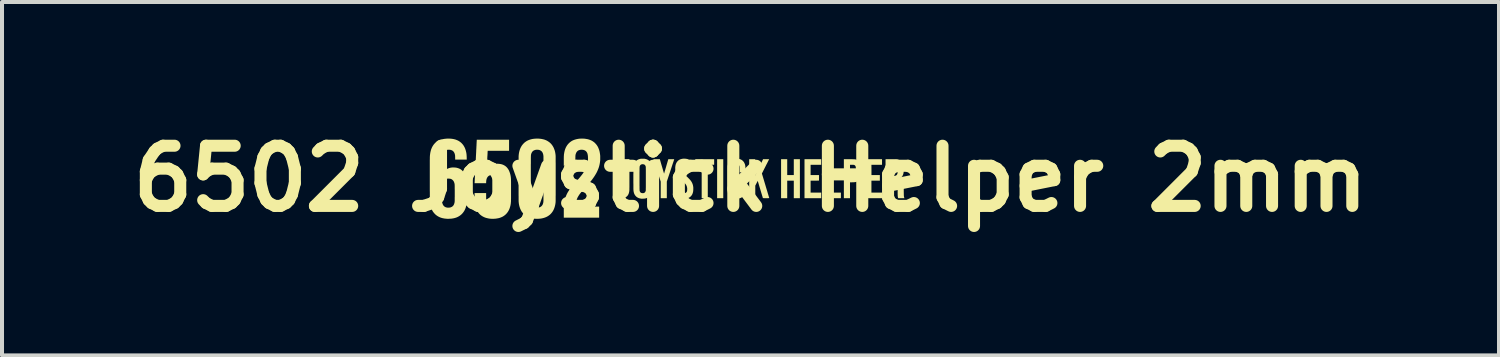
<source format=kicad_pcb>
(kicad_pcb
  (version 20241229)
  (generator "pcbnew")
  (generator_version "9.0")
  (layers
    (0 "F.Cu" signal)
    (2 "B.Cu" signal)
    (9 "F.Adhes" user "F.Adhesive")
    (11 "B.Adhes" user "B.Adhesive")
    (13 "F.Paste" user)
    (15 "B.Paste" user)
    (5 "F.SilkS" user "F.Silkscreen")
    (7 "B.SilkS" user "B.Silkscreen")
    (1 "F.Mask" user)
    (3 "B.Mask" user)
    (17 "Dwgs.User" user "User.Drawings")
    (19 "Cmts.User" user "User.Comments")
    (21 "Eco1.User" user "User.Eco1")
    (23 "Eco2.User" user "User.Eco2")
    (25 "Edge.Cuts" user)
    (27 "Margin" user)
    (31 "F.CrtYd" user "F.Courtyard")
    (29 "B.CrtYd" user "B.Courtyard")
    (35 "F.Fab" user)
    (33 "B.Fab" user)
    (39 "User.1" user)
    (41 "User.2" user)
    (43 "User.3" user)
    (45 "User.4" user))
  (footprint "6502 Joystick Helper 2mm"
    (layer "F.Cu")
    (at 15.657 1.404)
    (property "Reference" "6502 Joystick Helper 2mm" (at 0 0 0) (layer "F.SilkS") (effects (font (size 1.5 1.5) (thickness 0.3))))
    (attr board_only exclude_from_pos_files exclude_from_bom)
    (fp_poly (pts (xy -0.679 -0.000001) (xy -0.679 0.486) (xy -0.756 0.486) (xy -0.832 0.486) (xy -0.832 -0.000001) (xy -0.832 -0.486) (xy -0.756 -0.486) (xy -0.679 -0.486)) (stroke (width 0) (type solid)) (fill yes) (layer "F.SilkS"))
    (fp_poly (pts (xy 2.003 -0.069) (xy 2.003 0.347) (xy 2.128 0.347) (xy 2.253 0.347) (xy 2.253 0.416) (xy 2.253 0.486) (xy 2.052 0.486) (xy 1.85 0.486) (xy 1.85 -0.000001) (xy 1.85 -0.486) (xy 1.926 -0.486) (xy 2.003 -0.486)) (stroke (width 0) (type solid)) (fill yes) (layer "F.SilkS"))
    (fp_poly (pts (xy -0.906 -0.416) (xy -0.906 -0.347) (xy -0.986 -0.347) (xy -1.065 -0.347) (xy -1.065 0.069) (xy -1.065 0.486) (xy -1.141 0.486) (xy -1.217 0.486) (xy -1.217 0.069) (xy -1.217 -0.347) (xy -1.297 -0.347) (xy -1.377 -0.347) (xy -1.377 -0.416) (xy -1.377 -0.486) (xy -1.141 -0.486) (xy -0.906 -0.486)) (stroke (width 0) (type solid)) (fill yes) (layer "F.SilkS"))
    (fp_poly (pts (xy 0.915 -0.288) (xy 0.915 -0.091) (xy 0.997 -0.09) (xy 1.079 -0.09) (xy 1.079 -0.288) (xy 1.079 -0.486) (xy 1.155 -0.486) (xy 1.231 -0.486) (xy 1.231 -0.000001) (xy 1.231 0.486) (xy 1.155 0.486) (xy 1.079 0.486) (xy 1.079 0.267) (xy 1.079 0.049) (xy 0.997 0.049) (xy 0.915 0.049) (xy 0.915 0.267) (xy 0.915 0.486) (xy 0.838 0.486) (xy 0.762 0.486) (xy 0.762 -0.000001) (xy 0.762 -0.486) (xy 0.838 -0.486) (xy 0.915 -0.486)) (stroke (width 0) (type solid)) (fill yes) (layer "F.SilkS"))
    (fp_poly (pts (xy 1.762 -0.416) (xy 1.762 -0.347) (xy 1.63 -0.347) (xy 1.498 -0.347) (xy 1.498 -0.218) (xy 1.498 -0.09) (xy 1.603 -0.09) (xy 1.708 -0.09) (xy 1.708 -0.021) (xy 1.707 0.048) (xy 1.603 0.049) (xy 1.498 0.049) (xy 1.498 0.198) (xy 1.498 0.347) (xy 1.63 0.347) (xy 1.762 0.347) (xy 1.762 0.416) (xy 1.762 0.486) (xy 1.554 0.486) (xy 1.346 0.486) (xy 1.346 -0.000001) (xy 1.346 -0.486) (xy 1.554 -0.486) (xy 1.762 -0.486)) (stroke (width 0) (type solid)) (fill yes) (layer "F.SilkS"))
    (fp_poly (pts (xy 3.278 -0.416) (xy 3.278 -0.347) (xy 3.146 -0.347) (xy 3.014 -0.347) (xy 3.015 -0.219) (xy 3.015 -0.091) (xy 3.12 -0.09) (xy 3.224 -0.09) (xy 3.224 -0.02) (xy 3.224 0.049) (xy 3.119 0.049) (xy 3.014 0.049) (xy 3.014 0.198) (xy 3.014 0.347) (xy 3.146 0.347) (xy 3.278 0.347) (xy 3.278 0.416) (xy 3.278 0.486) (xy 3.07 0.486) (xy 2.862 0.486) (xy 2.862 -0.000001) (xy 2.862 -0.486) (xy 3.07 -0.486) (xy 3.278 -0.486)) (stroke (width 0) (type solid)) (fill yes) (layer "F.SilkS"))
    (fp_poly (pts (xy -1.957 -0.486) (xy -1.942 -0.486) (xy -1.93 -0.485) (xy -1.92 -0.485) (xy -1.913 -0.485) (xy -1.908 -0.485) (xy -1.905 -0.485) (xy -1.903 -0.484) (xy -1.902 -0.484) (xy -1.902 -0.483) (xy -1.902 -0.481) (xy -1.904 -0.476) (xy -1.906 -0.469) (xy -1.91 -0.458) (xy -1.914 -0.445) (xy -1.919 -0.43) (xy -1.925 -0.412) (xy -1.932 -0.392) (xy -1.939 -0.371) (xy -1.947 -0.348) (xy -1.955 -0.323) (xy -1.964 -0.296) (xy -1.973 -0.269) (xy -1.982 -0.24) (xy -1.992 -0.211) (xy -1.994 -0.204) (xy -2.086 0.072) (xy -2.086 0.279) (xy -2.086 0.486) (xy -2.162 0.486) (xy -2.238 0.486) (xy -2.238 0.279) (xy -2.238 0.072) (xy -2.33 -0.207) (xy -2.422 -0.485) (xy -2.341 -0.485) (xy -2.325 -0.485) (xy -2.31 -0.485) (xy -2.296 -0.485) (xy -2.284 -0.485) (xy -2.274 -0.485) (xy -2.267 -0.485) (xy -2.262 -0.485) (xy -2.26 -0.485) (xy -2.26 -0.483) (xy -2.258 -0.479) (xy -2.256 -0.471) (xy -2.253 -0.461) (xy -2.249 -0.448) (xy -2.245 -0.434) (xy -2.24 -0.417) (xy -2.235 -0.398) (xy -2.229 -0.378) (xy -2.223 -0.357) (xy -2.216 -0.334) (xy -2.209 -0.31) (xy -2.208 -0.307) (xy -2.201 -0.283) (xy -2.194 -0.26) (xy -2.188 -0.239) (xy -2.182 -0.218) (xy -2.177 -0.2) (xy -2.172 -0.182) (xy -2.167 -0.167) (xy -2.163 -0.154) (xy -2.16 -0.144) (xy -2.158 -0.136) (xy -2.156 -0.131) (xy -2.156 -0.129) (xy -2.155 -0.129) (xy -2.154 -0.129) (xy -2.153 -0.13) (xy -2.153 -0.132) (xy -2.151 -0.137) (xy -2.149 -0.145) (xy -2.146 -0.155) (xy -2.142 -0.168) (xy -2.138 -0.183) (xy -2.133 -0.199) (xy -2.127 -0.218) (xy -2.121 -0.238) (xy -2.115 -0.26) (xy -2.108 -0.283) (xy -2.101 -0.306) (xy -2.101 -0.309) (xy -2.049 -0.486) (xy -1.975 -0.486)) (stroke (width 0) (type solid)) (fill yes) (layer "F.SilkS"))
    (fp_poly (pts (xy -3.018 -0.109) (xy -3.018 -0.062) (xy -3.018 -0.018) (xy -3.018 0.024) (xy -3.018 0.063) (xy -3.018 0.099) (xy -3.018 0.132) (xy -3.018 0.162) (xy -3.018 0.188) (xy -3.018 0.212) (xy -3.019 0.233) (xy -3.019 0.251) (xy -3.019 0.265) (xy -3.019 0.276) (xy -3.019 0.284) (xy -3.02 0.289) (xy -3.02 0.289) (xy -3.023 0.319) (xy -3.029 0.347) (xy -3.036 0.372) (xy -3.046 0.394) (xy -3.058 0.414) (xy -3.072 0.432) (xy -3.088 0.447) (xy -3.107 0.46) (xy -3.127 0.471) (xy -3.145 0.477) (xy -3.156 0.481) (xy -3.166 0.484) (xy -3.175 0.486) (xy -3.186 0.487) (xy -3.197 0.488) (xy -3.209 0.489) (xy -3.224 0.49) (xy -3.236 0.49) (xy -3.249 0.49) (xy -3.261 0.49) (xy -3.272 0.49) (xy -3.281 0.49) (xy -3.288 0.489) (xy -3.291 0.489) (xy -3.298 0.488) (xy -3.303 0.487) (xy -3.307 0.486) (xy -3.311 0.486) (xy -3.311 0.416) (xy -3.311 0.347) (xy -3.299 0.35) (xy -3.291 0.351) (xy -3.281 0.352) (xy -3.27 0.352) (xy -3.258 0.352) (xy -3.247 0.352) (xy -3.238 0.351) (xy -3.23 0.35) (xy -3.229 0.35) (xy -3.213 0.344) (xy -3.2 0.336) (xy -3.19 0.326) (xy -3.181 0.313) (xy -3.175 0.298) (xy -3.174 0.294) (xy -3.174 0.293) (xy -3.173 0.291) (xy -3.173 0.289) (xy -3.173 0.287) (xy -3.173 0.283) (xy -3.172 0.279) (xy -3.172 0.274) (xy -3.172 0.268) (xy -3.172 0.261) (xy -3.172 0.252) (xy -3.172 0.242) (xy -3.171 0.23) (xy -3.171 0.216) (xy -3.171 0.201) (xy -3.171 0.183) (xy -3.171 0.164) (xy -3.171 0.142) (xy -3.171 0.118) (xy -3.171 0.091) (xy -3.171 0.061) (xy -3.171 0.029) (xy -3.171 -0.006) (xy -3.171 -0.044) (xy -3.171 -0.086) (xy -3.171 -0.101) (xy -3.17 -0.486) (xy -3.094 -0.486) (xy -3.018 -0.486)) (stroke (width 0) (type solid)) (fill yes) (layer "F.SilkS"))
    (fp_poly (pts (xy 0.12 -0.282) (xy 0.12 -0.079) (xy 0.217 -0.282) (xy 0.313 -0.486) (xy 0.389 -0.486) (xy 0.404 -0.486) (xy 0.419 -0.486) (xy 0.432 -0.485) (xy 0.443 -0.485) (xy 0.453 -0.485) (xy 0.459 -0.485) (xy 0.463 -0.485) (xy 0.464 -0.485) (xy 0.464 -0.483) (xy 0.462 -0.479) (xy 0.458 -0.472) (xy 0.453 -0.462) (xy 0.447 -0.45) (xy 0.44 -0.437) (xy 0.432 -0.421) (xy 0.423 -0.403) (xy 0.414 -0.384) (xy 0.403 -0.364) (xy 0.392 -0.343) (xy 0.381 -0.32) (xy 0.374 -0.307) (xy 0.284 -0.129) (xy 0.376 0.178) (xy 0.385 0.209) (xy 0.394 0.239) (xy 0.403 0.269) (xy 0.412 0.297) (xy 0.42 0.324) (xy 0.427 0.349) (xy 0.434 0.373) (xy 0.441 0.395) (xy 0.447 0.415) (xy 0.452 0.432) (xy 0.457 0.448) (xy 0.461 0.461) (xy 0.464 0.471) (xy 0.466 0.479) (xy 0.467 0.483) (xy 0.468 0.485) (xy 0.466 0.485) (xy 0.462 0.485) (xy 0.454 0.485) (xy 0.444 0.485) (xy 0.432 0.486) (xy 0.419 0.486) (xy 0.404 0.486) (xy 0.388 0.486) (xy 0.37 0.486) (xy 0.355 0.486) (xy 0.342 0.486) (xy 0.332 0.485) (xy 0.324 0.485) (xy 0.318 0.485) (xy 0.314 0.485) (xy 0.311 0.484) (xy 0.309 0.484) (xy 0.309 0.483) (xy 0.308 0.483) (xy 0.308 0.483) (xy 0.308 0.481) (xy 0.306 0.476) (xy 0.304 0.468) (xy 0.301 0.457) (xy 0.297 0.444) (xy 0.292 0.429) (xy 0.287 0.412) (xy 0.281 0.392) (xy 0.275 0.372) (xy 0.268 0.349) (xy 0.261 0.325) (xy 0.254 0.301) (xy 0.246 0.275) (xy 0.245 0.269) (xy 0.237 0.243) (xy 0.229 0.218) (xy 0.222 0.194) (xy 0.215 0.171) (xy 0.209 0.15) (xy 0.203 0.131) (xy 0.198 0.113) (xy 0.193 0.097) (xy 0.189 0.084) (xy 0.186 0.073) (xy 0.183 0.064) (xy 0.182 0.059) (xy 0.181 0.056) (xy 0.181 0.056) (xy 0.18 0.057) (xy 0.178 0.06) (xy 0.174 0.067) (xy 0.169 0.075) (xy 0.164 0.086) (xy 0.157 0.099) (xy 0.15 0.113) (xy 0.15 0.113) (xy 0.119 0.173) (xy 0.119 0.33) (xy 0.119 0.486) (xy 0.043 0.486) (xy -0.033 0.486) (xy -0.033 -0.000001) (xy -0.033 -0.486) (xy 0.043 -0.486) (xy 0.119 -0.486)) (stroke (width 0) (type solid)) (fill yes) (layer "F.SilkS"))
    (fp_poly (pts (xy 2.461 -0.485) (xy 2.486 -0.485) (xy 2.507 -0.485) (xy 2.526 -0.485) (xy 2.542 -0.485) (xy 2.556 -0.484) (xy 2.568 -0.484) (xy 2.577 -0.484) (xy 2.585 -0.484) (xy 2.592 -0.483) (xy 2.597 -0.483) (xy 2.601 -0.483) (xy 2.605 -0.482) (xy 2.608 -0.482) (xy 2.608 -0.482) (xy 2.635 -0.475) (xy 2.66 -0.467) (xy 2.682 -0.456) (xy 2.701 -0.444) (xy 2.718 -0.429) (xy 2.733 -0.412) (xy 2.739 -0.403) (xy 2.752 -0.381) (xy 2.762 -0.358) (xy 2.769 -0.332) (xy 2.773 -0.315) (xy 2.775 -0.305) (xy 2.776 -0.295) (xy 2.777 -0.285) (xy 2.778 -0.273) (xy 2.778 -0.259) (xy 2.779 -0.243) (xy 2.779 -0.225) (xy 2.779 -0.204) (xy 2.779 -0.196) (xy 2.779 -0.173) (xy 2.779 -0.153) (xy 2.778 -0.135) (xy 2.778 -0.12) (xy 2.777 -0.106) (xy 2.775 -0.094) (xy 2.774 -0.082) (xy 2.771 -0.072) (xy 2.769 -0.061) (xy 2.768 -0.058) (xy 2.759 -0.032) (xy 2.749 -0.008) (xy 2.735 0.013) (xy 2.72 0.031) (xy 2.702 0.047) (xy 2.682 0.06) (xy 2.66 0.071) (xy 2.636 0.079) (xy 2.628 0.081) (xy 2.617 0.084) (xy 2.606 0.086) (xy 2.595 0.087) (xy 2.583 0.088) (xy 2.569 0.089) (xy 2.553 0.089) (xy 2.535 0.09) (xy 2.528 0.09) (xy 2.48 0.09) (xy 2.48 0.288) (xy 2.48 0.486) (xy 2.404 0.486) (xy 2.327 0.486) (xy 2.327 -0.000086) (xy 2.327 -0.198) (xy 2.48 -0.198) (xy 2.48 -0.049) (xy 2.523 -0.049) (xy 2.538 -0.049) (xy 2.549 -0.049) (xy 2.558 -0.05) (xy 2.566 -0.05) (xy 2.571 -0.051) (xy 2.575 -0.051) (xy 2.577 -0.052) (xy 2.586 -0.054) (xy 2.593 -0.058) (xy 2.599 -0.062) (xy 2.605 -0.067) (xy 2.612 -0.075) (xy 2.618 -0.086) (xy 2.622 -0.098) (xy 2.624 -0.111) (xy 2.625 -0.118) (xy 2.626 -0.128) (xy 2.626 -0.14) (xy 2.627 -0.154) (xy 2.627 -0.17) (xy 2.627 -0.186) (xy 2.627 -0.203) (xy 2.627 -0.219) (xy 2.627 -0.235) (xy 2.626 -0.25) (xy 2.626 -0.263) (xy 2.625 -0.274) (xy 2.625 -0.282) (xy 2.624 -0.285) (xy 2.621 -0.301) (xy 2.616 -0.314) (xy 2.609 -0.324) (xy 2.601 -0.333) (xy 2.592 -0.338) (xy 2.587 -0.341) (xy 2.582 -0.343) (xy 2.577 -0.344) (xy 2.571 -0.345) (xy 2.564 -0.346) (xy 2.555 -0.346) (xy 2.544 -0.347) (xy 2.53 -0.347) (xy 2.523 -0.347) (xy 2.48 -0.347) (xy 2.48 -0.198) (xy 2.327 -0.198) (xy 2.327 -0.486)) (stroke (width 0) (type solid)) (fill yes) (layer "F.SilkS"))
    (fp_poly (pts (xy 3.517 -0.486) (xy 3.539 -0.486) (xy 3.558 -0.486) (xy 3.575 -0.485) (xy 3.589 -0.485) (xy 3.601 -0.485) (xy 3.611 -0.485) (xy 3.619 -0.485) (xy 3.626 -0.484) (xy 3.633 -0.484) (xy 3.638 -0.483) (xy 3.64 -0.483) (xy 3.668 -0.479) (xy 3.693 -0.472) (xy 3.716 -0.463) (xy 3.737 -0.453) (xy 3.755 -0.44) (xy 3.771 -0.424) (xy 3.784 -0.407) (xy 3.795 -0.386) (xy 3.804 -0.363) (xy 3.811 -0.338) (xy 3.813 -0.328) (xy 3.814 -0.322) (xy 3.815 -0.317) (xy 3.816 -0.311) (xy 3.816 -0.305) (xy 3.817 -0.297) (xy 3.817 -0.287) (xy 3.817 -0.276) (xy 3.818 -0.262) (xy 3.818 -0.247) (xy 3.818 -0.225) (xy 3.818 -0.207) (xy 3.818 -0.191) (xy 3.817 -0.177) (xy 3.817 -0.165) (xy 3.816 -0.154) (xy 3.814 -0.145) (xy 3.813 -0.136) (xy 3.811 -0.13) (xy 3.805 -0.106) (xy 3.796 -0.084) (xy 3.785 -0.065) (xy 3.772 -0.048) (xy 3.763 -0.039) (xy 3.756 -0.033) (xy 3.748 -0.027) (xy 3.739 -0.021) (xy 3.73 -0.017) (xy 3.725 -0.014) (xy 3.721 -0.012) (xy 3.719 -0.01) (xy 3.719 -0.01) (xy 3.72 -0.008) (xy 3.725 -0.006) (xy 3.73 -0.004) (xy 3.732 -0.003) (xy 3.748 0.005) (xy 3.763 0.015) (xy 3.776 0.027) (xy 3.786 0.041) (xy 3.796 0.058) (xy 3.803 0.077) (xy 3.809 0.095) (xy 3.811 0.102) (xy 3.812 0.108) (xy 3.813 0.113) (xy 3.814 0.119) (xy 3.815 0.126) (xy 3.816 0.133) (xy 3.817 0.141) (xy 3.817 0.15) (xy 3.818 0.161) (xy 3.818 0.173) (xy 3.819 0.187) (xy 3.819 0.204) (xy 3.819 0.223) (xy 3.819 0.244) (xy 3.82 0.269) (xy 3.82 0.288) (xy 3.82 0.314) (xy 3.82 0.338) (xy 3.821 0.358) (xy 3.821 0.376) (xy 3.821 0.391) (xy 3.822 0.405) (xy 3.822 0.416) (xy 3.822 0.426) (xy 3.823 0.434) (xy 3.824 0.441) (xy 3.825 0.447) (xy 3.826 0.452) (xy 3.827 0.457) (xy 3.828 0.462) (xy 3.83 0.467) (xy 3.831 0.472) (xy 3.831 0.472) (xy 3.836 0.486) (xy 3.759 0.486) (xy 3.682 0.486) (xy 3.678 0.474) (xy 3.676 0.468) (xy 3.675 0.462) (xy 3.673 0.456) (xy 3.672 0.449) (xy 3.671 0.441) (xy 3.67 0.433) (xy 3.67 0.423) (xy 3.669 0.411) (xy 3.669 0.398) (xy 3.668 0.383) (xy 3.668 0.366) (xy 3.668 0.346) (xy 3.668 0.324) (xy 3.668 0.298) (xy 3.668 0.282) (xy 3.668 0.262) (xy 3.668 0.243) (xy 3.667 0.225) (xy 3.667 0.208) (xy 3.667 0.193) (xy 3.667 0.179) (xy 3.667 0.169) (xy 3.666 0.16) (xy 3.666 0.155) (xy 3.666 0.154) (xy 3.663 0.135) (xy 3.658 0.118) (xy 3.651 0.104) (xy 3.643 0.093) (xy 3.632 0.084) (xy 3.62 0.077) (xy 3.605 0.073) (xy 3.6 0.072) (xy 3.593 0.071) (xy 3.583 0.07) (xy 3.57 0.07) (xy 3.556 0.069) (xy 3.553 0.069) (xy 3.519 0.069) (xy 3.519 0.278) (xy 3.519 0.486) (xy 3.443 0.486) (xy 3.366 0.486) (xy 3.366 -0.000001) (xy 3.366 -0.208) (xy 3.519 -0.208) (xy 3.519 -0.069) (xy 3.552 -0.069) (xy 3.563 -0.07) (xy 3.574 -0.07) (xy 3.584 -0.07) (xy 3.592 -0.071) (xy 3.597 -0.071) (xy 3.613 -0.075) (xy 3.628 -0.081) (xy 3.64 -0.09) (xy 3.65 -0.102) (xy 3.658 -0.116) (xy 3.662 -0.128) (xy 3.663 -0.133) (xy 3.664 -0.141) (xy 3.664 -0.151) (xy 3.665 -0.163) (xy 3.665 -0.177) (xy 3.666 -0.191) (xy 3.666 -0.207) (xy 3.666 -0.222) (xy 3.666 -0.236) (xy 3.666 -0.25) (xy 3.665 -0.262) (xy 3.665 -0.273) (xy 3.664 -0.28) (xy 3.663 -0.283) (xy 3.659 -0.3) (xy 3.653 -0.315) (xy 3.644 -0.326) (xy 3.634 -0.336) (xy 3.622 -0.342) (xy 3.619 -0.343) (xy 3.616 -0.344) (xy 3.613 -0.345) (xy 3.608 -0.345) (xy 3.603 -0.346) (xy 3.595 -0.346) (xy 3.586 -0.346) (xy 3.573 -0.346) (xy 3.566 -0.347) (xy 3.519 -0.347) (xy 3.519 -0.208) (xy 3.366 -0.208) (xy 3.366 -0.486) (xy 3.492 -0.486)) (stroke (width 0) (type solid)) (fill yes) (layer "F.SilkS"))
    (fp_poly (pts (xy -1.62 -0.498) (xy -1.593 -0.494) (xy -1.568 -0.489) (xy -1.545 -0.48) (xy -1.524 -0.47) (xy -1.521 -0.468) (xy -1.512 -0.461) (xy -1.502 -0.453) (xy -1.492 -0.444) (xy -1.483 -0.434) (xy -1.474 -0.425) (xy -1.468 -0.416) (xy -1.457 -0.397) (xy -1.448 -0.377) (xy -1.441 -0.355) (xy -1.435 -0.331) (xy -1.431 -0.305) (xy -1.428 -0.276) (xy -1.427 -0.245) (xy -1.427 -0.241) (xy -1.427 -0.215) (xy -1.499 -0.215) (xy -1.571 -0.215) (xy -1.572 -0.253) (xy -1.572 -0.269) (xy -1.573 -0.283) (xy -1.574 -0.293) (xy -1.575 -0.302) (xy -1.577 -0.31) (xy -1.579 -0.317) (xy -1.581 -0.322) (xy -1.588 -0.334) (xy -1.597 -0.345) (xy -1.609 -0.352) (xy -1.622 -0.357) (xy -1.638 -0.36) (xy -1.648 -0.361) (xy -1.665 -0.359) (xy -1.68 -0.356) (xy -1.692 -0.35) (xy -1.702 -0.341) (xy -1.711 -0.33) (xy -1.717 -0.316) (xy -1.721 -0.299) (xy -1.723 -0.283) (xy -1.724 -0.262) (xy -1.722 -0.24) (xy -1.719 -0.222) (xy -1.713 -0.205) (xy -1.706 -0.189) (xy -1.697 -0.172) (xy -1.686 -0.155) (xy -1.672 -0.138) (xy -1.656 -0.119) (xy -1.637 -0.1) (xy -1.616 -0.079) (xy -1.607 -0.072) (xy -1.59 -0.056) (xy -1.573 -0.04) (xy -1.557 -0.024) (xy -1.542 -0.009) (xy -1.528 0.005) (xy -1.516 0.018) (xy -1.506 0.029) (xy -1.5 0.036) (xy -1.481 0.061) (xy -1.465 0.087) (xy -1.452 0.113) (xy -1.442 0.139) (xy -1.434 0.167) (xy -1.429 0.196) (xy -1.427 0.21) (xy -1.426 0.222) (xy -1.426 0.236) (xy -1.426 0.252) (xy -1.426 0.268) (xy -1.427 0.284) (xy -1.428 0.299) (xy -1.429 0.313) (xy -1.431 0.321) (xy -1.433 0.332) (xy -1.436 0.345) (xy -1.44 0.358) (xy -1.444 0.37) (xy -1.448 0.381) (xy -1.452 0.389) (xy -1.452 0.39) (xy -1.465 0.412) (xy -1.481 0.432) (xy -1.498 0.449) (xy -1.518 0.464) (xy -1.54 0.477) (xy -1.565 0.486) (xy -1.591 0.494) (xy -1.598 0.495) (xy -1.608 0.496) (xy -1.62 0.497) (xy -1.634 0.498) (xy -1.649 0.499) (xy -1.664 0.499) (xy -1.678 0.498) (xy -1.69 0.498) (xy -1.7 0.497) (xy -1.701 0.497) (xy -1.729 0.491) (xy -1.754 0.483) (xy -1.777 0.472) (xy -1.797 0.459) (xy -1.816 0.444) (xy -1.832 0.425) (xy -1.845 0.405) (xy -1.857 0.382) (xy -1.866 0.356) (xy -1.873 0.328) (xy -1.877 0.299) (xy -1.878 0.293) (xy -1.878 0.284) (xy -1.879 0.273) (xy -1.879 0.261) (xy -1.879 0.248) (xy -1.879 0.242) (xy -1.879 0.2) (xy -1.807 0.2) (xy -1.735 0.2) (xy -1.735 0.247) (xy -1.735 0.263) (xy -1.734 0.276) (xy -1.734 0.286) (xy -1.733 0.294) (xy -1.732 0.301) (xy -1.731 0.307) (xy -1.729 0.313) (xy -1.727 0.318) (xy -1.724 0.324) (xy -1.724 0.324) (xy -1.717 0.336) (xy -1.707 0.346) (xy -1.695 0.353) (xy -1.682 0.358) (xy -1.68 0.359) (xy -1.673 0.36) (xy -1.663 0.36) (xy -1.653 0.36) (xy -1.643 0.36) (xy -1.635 0.359) (xy -1.633 0.359) (xy -1.618 0.353) (xy -1.606 0.346) (xy -1.596 0.336) (xy -1.588 0.324) (xy -1.585 0.318) (xy -1.581 0.302) (xy -1.579 0.284) (xy -1.578 0.265) (xy -1.578 0.245) (xy -1.58 0.226) (xy -1.584 0.207) (xy -1.588 0.192) (xy -1.593 0.18) (xy -1.598 0.169) (xy -1.604 0.158) (xy -1.611 0.147) (xy -1.619 0.135) (xy -1.629 0.123) (xy -1.641 0.11) (xy -1.654 0.096) (xy -1.669 0.081) (xy -1.687 0.064) (xy -1.707 0.045) (xy -1.711 0.041) (xy -1.737 0.017) (xy -1.76 -0.006) (xy -1.781 -0.028) (xy -1.799 -0.049) (xy -1.815 -0.07) (xy -1.829 -0.09) (xy -1.841 -0.109) (xy -1.85 -0.129) (xy -1.859 -0.149) (xy -1.865 -0.17) (xy -1.87 -0.191) (xy -1.873 -0.207) (xy -1.874 -0.217) (xy -1.875 -0.229) (xy -1.876 -0.243) (xy -1.876 -0.258) (xy -1.876 -0.272) (xy -1.876 -0.283) (xy -1.872 -0.314) (xy -1.867 -0.343) (xy -1.859 -0.369) (xy -1.848 -0.393) (xy -1.835 -0.415) (xy -1.82 -0.434) (xy -1.803 -0.451) (xy -1.783 -0.466) (xy -1.761 -0.478) (xy -1.737 -0.487) (xy -1.714 -0.493) (xy -1.7 -0.496) (xy -1.686 -0.498) (xy -1.672 -0.499) (xy -1.655 -0.499) (xy -1.649 -0.499)) (stroke (width 0) (type solid)) (fill yes) (layer "F.SilkS"))
    (fp_poly (pts (xy -0.327 -0.499) (xy -0.306 -0.497) (xy -0.286 -0.493) (xy -0.268 -0.488) (xy -0.258 -0.485) (xy -0.235 -0.476) (xy -0.214 -0.463) (xy -0.195 -0.448) (xy -0.178 -0.43) (xy -0.163 -0.411) (xy -0.151 -0.388) (xy -0.141 -0.364) (xy -0.136 -0.349) (xy -0.134 -0.341) (xy -0.133 -0.333) (xy -0.131 -0.326) (xy -0.13 -0.318) (xy -0.129 -0.31) (xy -0.128 -0.301) (xy -0.128 -0.291) (xy -0.127 -0.278) (xy -0.127 -0.264) (xy -0.127 -0.247) (xy -0.127 -0.231) (xy -0.126 -0.159) (xy -0.198 -0.159) (xy -0.27 -0.159) (xy -0.27 -0.223) (xy -0.27 -0.242) (xy -0.27 -0.258) (xy -0.27 -0.271) (xy -0.271 -0.282) (xy -0.271 -0.291) (xy -0.272 -0.299) (xy -0.273 -0.305) (xy -0.275 -0.311) (xy -0.277 -0.316) (xy -0.279 -0.322) (xy -0.28 -0.324) (xy -0.287 -0.336) (xy -0.296 -0.346) (xy -0.308 -0.353) (xy -0.322 -0.358) (xy -0.338 -0.36) (xy -0.346 -0.361) (xy -0.363 -0.359) (xy -0.378 -0.356) (xy -0.391 -0.349) (xy -0.401 -0.341) (xy -0.41 -0.329) (xy -0.416 -0.315) (xy -0.42 -0.302) (xy -0.42 -0.3) (xy -0.42 -0.297) (xy -0.42 -0.294) (xy -0.421 -0.29) (xy -0.421 -0.285) (xy -0.421 -0.279) (xy -0.421 -0.271) (xy -0.422 -0.262) (xy -0.422 -0.251) (xy -0.422 -0.239) (xy -0.422 -0.224) (xy -0.422 -0.208) (xy -0.422 -0.189) (xy -0.422 -0.168) (xy -0.422 -0.144) (xy -0.422 -0.118) (xy -0.422 -0.089) (xy -0.422 -0.057) (xy -0.422 -0.021) (xy -0.422 0.001) (xy -0.422 0.042) (xy -0.422 0.081) (xy -0.422 0.116) (xy -0.422 0.147) (xy -0.422 0.176) (xy -0.422 0.202) (xy -0.422 0.224) (xy -0.422 0.243) (xy -0.421 0.26) (xy -0.421 0.273) (xy -0.421 0.284) (xy -0.421 0.292) (xy -0.421 0.297) (xy -0.42 0.3) (xy -0.416 0.317) (xy -0.409 0.33) (xy -0.401 0.342) (xy -0.39 0.35) (xy -0.378 0.356) (xy -0.363 0.359) (xy -0.347 0.361) (xy -0.33 0.36) (xy -0.315 0.356) (xy -0.303 0.351) (xy -0.293 0.343) (xy -0.284 0.332) (xy -0.281 0.326) (xy -0.279 0.321) (xy -0.277 0.316) (xy -0.275 0.312) (xy -0.274 0.307) (xy -0.272 0.301) (xy -0.272 0.294) (xy -0.271 0.286) (xy -0.271 0.277) (xy -0.27 0.265) (xy -0.27 0.251) (xy -0.27 0.235) (xy -0.27 0.215) (xy -0.27 0.206) (xy -0.27 0.124) (xy -0.198 0.124) (xy -0.126 0.124) (xy -0.126 0.214) (xy -0.127 0.234) (xy -0.127 0.252) (xy -0.127 0.267) (xy -0.127 0.279) (xy -0.128 0.289) (xy -0.128 0.298) (xy -0.128 0.305) (xy -0.129 0.31) (xy -0.129 0.315) (xy -0.13 0.319) (xy -0.13 0.32) (xy -0.134 0.337) (xy -0.138 0.353) (xy -0.142 0.368) (xy -0.143 0.371) (xy -0.154 0.395) (xy -0.167 0.417) (xy -0.182 0.436) (xy -0.2 0.453) (xy -0.219 0.467) (xy -0.241 0.478) (xy -0.265 0.487) (xy -0.292 0.494) (xy -0.311 0.497) (xy -0.32 0.498) (xy -0.331 0.499) (xy -0.344 0.499) (xy -0.357 0.499) (xy -0.37 0.499) (xy -0.382 0.498) (xy -0.392 0.497) (xy -0.395 0.497) (xy -0.413 0.494) (xy -0.429 0.49) (xy -0.444 0.485) (xy -0.446 0.484) (xy -0.469 0.474) (xy -0.489 0.461) (xy -0.508 0.446) (xy -0.525 0.428) (xy -0.539 0.408) (xy -0.551 0.386) (xy -0.56 0.361) (xy -0.568 0.334) (xy -0.572 0.305) (xy -0.573 0.303) (xy -0.573 0.299) (xy -0.573 0.292) (xy -0.573 0.282) (xy -0.574 0.269) (xy -0.574 0.254) (xy -0.574 0.236) (xy -0.574 0.217) (xy -0.574 0.195) (xy -0.574 0.172) (xy -0.574 0.148) (xy -0.574 0.122) (xy -0.574 0.095) (xy -0.574 0.068) (xy -0.575 0.04) (xy -0.575 0.012) (xy -0.575 -0.016) (xy -0.575 -0.044) (xy -0.574 -0.072) (xy -0.574 -0.1) (xy -0.574 -0.126) (xy -0.574 -0.152) (xy -0.574 -0.176) (xy -0.574 -0.199) (xy -0.574 -0.22) (xy -0.574 -0.239) (xy -0.574 -0.256) (xy -0.573 -0.271) (xy -0.573 -0.283) (xy -0.573 -0.293) (xy -0.573 -0.299) (xy -0.573 -0.303) (xy -0.568 -0.332) (xy -0.561 -0.359) (xy -0.552 -0.384) (xy -0.54 -0.406) (xy -0.526 -0.426) (xy -0.51 -0.444) (xy -0.492 -0.46) (xy -0.471 -0.473) (xy -0.451 -0.482) (xy -0.429 -0.49) (xy -0.405 -0.495) (xy -0.38 -0.498) (xy -0.352 -0.499) (xy -0.35 -0.499)) (stroke (width 0) (type solid)) (fill yes) (layer "F.SilkS"))
    (fp_poly (pts (xy -4.183 -0.999) (xy -4.168 -0.999) (xy -4.154 -0.998) (xy -4.143 -0.998) (xy -4.135 -0.997) (xy -4.095 -0.991) (xy -4.057 -0.984) (xy -4.022 -0.974) (xy -3.989 -0.962) (xy -3.958 -0.948) (xy -3.93 -0.931) (xy -3.903 -0.912) (xy -3.899 -0.908) (xy -3.887 -0.899) (xy -3.875 -0.887) (xy -3.863 -0.874) (xy -3.851 -0.861) (xy -3.841 -0.849) (xy -3.835 -0.841) (xy -3.815 -0.812) (xy -3.798 -0.78) (xy -3.784 -0.746) (xy -3.771 -0.71) (xy -3.761 -0.672) (xy -3.754 -0.632) (xy -3.748 -0.589) (xy -3.747 -0.575) (xy -3.746 -0.561) (xy -3.746 -0.544) (xy -3.746 -0.526) (xy -3.746 -0.508) (xy -3.746 -0.489) (xy -3.746 -0.472) (xy -3.747 -0.456) (xy -3.748 -0.446) (xy -3.753 -0.405) (xy -3.76 -0.364) (xy -3.769 -0.324) (xy -3.78 -0.285) (xy -3.794 -0.246) (xy -3.81 -0.207) (xy -3.828 -0.167) (xy -3.849 -0.128) (xy -3.873 -0.088) (xy -3.899 -0.047) (xy -3.928 -0.006) (xy -3.96 0.037) (xy -3.994 0.08) (xy -4.008 0.096) (xy -4.021 0.112) (xy -4.034 0.127) (xy -4.047 0.142) (xy -4.06 0.157) (xy -4.075 0.173) (xy -4.091 0.191) (xy -4.108 0.21) (xy -4.118 0.22) (xy -4.146 0.251) (xy -4.172 0.28) (xy -4.196 0.307) (xy -4.217 0.333) (xy -4.236 0.357) (xy -4.254 0.379) (xy -4.269 0.401) (xy -4.283 0.422) (xy -4.295 0.442) (xy -4.306 0.461) (xy -4.315 0.48) (xy -4.323 0.499) (xy -4.33 0.518) (xy -4.336 0.537) (xy -4.34 0.551) (xy -4.344 0.569) (xy -4.347 0.587) (xy -4.35 0.606) (xy -4.351 0.626) (xy -4.352 0.649) (xy -4.352 0.655) (xy -4.352 0.695) (xy -4.062 0.695) (xy -3.773 0.695) (xy -3.773 0.833) (xy -3.773 0.971) (xy -4.213 0.971) (xy -4.654 0.971) (xy -4.654 0.841) (xy -4.654 0.82) (xy -4.654 0.799) (xy -4.654 0.779) (xy -4.654 0.76) (xy -4.654 0.742) (xy -4.653 0.726) (xy -4.653 0.712) (xy -4.653 0.701) (xy -4.653 0.692) (xy -4.652 0.687) (xy -4.648 0.638) (xy -4.642 0.592) (xy -4.634 0.549) (xy -4.624 0.507) (xy -4.612 0.466) (xy -4.597 0.427) (xy -4.58 0.388) (xy -4.561 0.35) (xy -4.538 0.312) (xy -4.513 0.274) (xy -4.486 0.235) (xy -4.472 0.218) (xy -4.459 0.2) (xy -4.445 0.183) (xy -4.43 0.165) (xy -4.414 0.147) (xy -4.397 0.127) (xy -4.378 0.106) (xy -4.357 0.083) (xy -4.352 0.078) (xy -4.319 0.041) (xy -4.287 0.006) (xy -4.259 -0.027) (xy -4.233 -0.059) (xy -4.209 -0.089) (xy -4.187 -0.118) (xy -4.167 -0.146) (xy -4.15 -0.173) (xy -4.134 -0.2) (xy -4.119 -0.226) (xy -4.107 -0.251) (xy -4.095 -0.276) (xy -4.086 -0.301) (xy -4.078 -0.322) (xy -4.068 -0.356) (xy -4.06 -0.39) (xy -4.055 -0.423) (xy -4.052 -0.456) (xy -4.05 -0.492) (xy -4.051 -0.518) (xy -4.052 -0.547) (xy -4.054 -0.573) (xy -4.058 -0.596) (xy -4.062 -0.616) (xy -4.068 -0.635) (xy -4.076 -0.651) (xy -4.084 -0.665) (xy -4.095 -0.678) (xy -4.096 -0.68) (xy -4.111 -0.693) (xy -4.128 -0.704) (xy -4.146 -0.712) (xy -4.167 -0.718) (xy -4.19 -0.721) (xy -4.197 -0.722) (xy -4.222 -0.722) (xy -4.244 -0.719) (xy -4.266 -0.714) (xy -4.285 -0.707) (xy -4.302 -0.697) (xy -4.31 -0.691) (xy -4.323 -0.678) (xy -4.335 -0.663) (xy -4.344 -0.646) (xy -4.352 -0.627) (xy -4.359 -0.605) (xy -4.362 -0.592) (xy -4.362 -0.588) (xy -4.363 -0.585) (xy -4.363 -0.581) (xy -4.364 -0.577) (xy -4.364 -0.572) (xy -4.365 -0.566) (xy -4.365 -0.559) (xy -4.365 -0.55) (xy -4.365 -0.539) (xy -4.365 -0.526) (xy -4.366 -0.511) (xy -4.366 -0.493) (xy -4.366 -0.473) (xy -4.366 -0.449) (xy -4.366 -0.449) (xy -4.367 -0.323) (xy -4.51 -0.323) (xy -4.654 -0.323) (xy -4.654 -0.438) (xy -4.654 -0.463) (xy -4.654 -0.486) (xy -4.654 -0.505) (xy -4.654 -0.523) (xy -4.653 -0.538) (xy -4.653 -0.551) (xy -4.653 -0.563) (xy -4.652 -0.574) (xy -4.651 -0.584) (xy -4.651 -0.593) (xy -4.65 -0.603) (xy -4.649 -0.612) (xy -4.647 -0.622) (xy -4.64 -0.663) (xy -4.631 -0.701) (xy -4.619 -0.738) (xy -4.605 -0.773) (xy -4.588 -0.805) (xy -4.569 -0.835) (xy -4.547 -0.863) (xy -4.523 -0.888) (xy -4.497 -0.911) (xy -4.471 -0.93) (xy -4.443 -0.947) (xy -4.413 -0.961) (xy -4.38 -0.973) (xy -4.345 -0.983) (xy -4.308 -0.991) (xy -4.268 -0.997) (xy -4.265 -0.997) (xy -4.256 -0.998) (xy -4.244 -0.998) (xy -4.23 -0.999) (xy -4.215 -0.999) (xy -4.199 -0.999)) (stroke (width 0) (type solid)) (fill yes) (layer "F.SilkS"))
    (fp_poly (pts (xy -2.673 -0.498) (xy -2.661 -0.498) (xy -2.651 -0.498) (xy -2.643 -0.497) (xy -2.637 -0.496) (xy -2.633 -0.495) (xy -2.605 -0.489) (xy -2.58 -0.48) (xy -2.558 -0.469) (xy -2.537 -0.455) (xy -2.519 -0.44) (xy -2.504 -0.421) (xy -2.49 -0.4) (xy -2.488 -0.397) (xy -2.478 -0.376) (xy -2.469 -0.353) (xy -2.463 -0.328) (xy -2.459 -0.3) (xy -2.459 -0.3) (xy -2.458 -0.295) (xy -2.458 -0.287) (xy -2.458 -0.276) (xy -2.457 -0.262) (xy -2.457 -0.246) (xy -2.457 -0.228) (xy -2.457 -0.207) (xy -2.456 -0.185) (xy -2.456 -0.161) (xy -2.456 -0.136) (xy -2.456 -0.11) (xy -2.456 -0.083) (xy -2.456 -0.055) (xy -2.456 -0.027) (xy -2.456 0.001) (xy -2.456 0.03) (xy -2.456 0.058) (xy -2.456 0.086) (xy -2.456 0.113) (xy -2.456 0.139) (xy -2.456 0.164) (xy -2.456 0.187) (xy -2.457 0.209) (xy -2.457 0.23) (xy -2.457 0.248) (xy -2.457 0.264) (xy -2.458 0.277) (xy -2.458 0.288) (xy -2.458 0.295) (xy -2.459 0.3) (xy -2.464 0.33) (xy -2.471 0.357) (xy -2.481 0.383) (xy -2.493 0.406) (xy -2.507 0.426) (xy -2.524 0.444) (xy -2.543 0.459) (xy -2.564 0.472) (xy -2.588 0.483) (xy -2.614 0.491) (xy -2.632 0.495) (xy -2.638 0.496) (xy -2.647 0.497) (xy -2.657 0.497) (xy -2.669 0.498) (xy -2.682 0.498) (xy -2.694 0.499) (xy -2.705 0.499) (xy -2.714 0.499) (xy -2.722 0.498) (xy -2.723 0.498) (xy -2.752 0.493) (xy -2.779 0.486) (xy -2.803 0.476) (xy -2.825 0.464) (xy -2.845 0.449) (xy -2.862 0.432) (xy -2.877 0.413) (xy -2.889 0.394) (xy -2.899 0.373) (xy -2.906 0.352) (xy -2.912 0.328) (xy -2.916 0.302) (xy -2.918 0.279) (xy -2.918 0.273) (xy -2.918 0.265) (xy -2.919 0.253) (xy -2.919 0.239) (xy -2.919 0.222) (xy -2.919 0.203) (xy -2.919 0.182) (xy -2.919 0.159) (xy -2.919 0.135) (xy -2.92 0.11) (xy -2.92 0.084) (xy -2.92 0.057) (xy -2.92 0.029) (xy -2.92 0.001) (xy -2.92 -0.026) (xy -2.92 -0.054) (xy -2.92 -0.081) (xy -2.92 -0.091) (xy -2.767 -0.091) (xy -2.767 -0.059) (xy -2.767 -0.023) (xy -2.767 -0.000001) (xy -2.767 0.037) (xy -2.767 0.071) (xy -2.767 0.103) (xy -2.767 0.131) (xy -2.767 0.156) (xy -2.767 0.179) (xy -2.766 0.199) (xy -2.766 0.217) (xy -2.766 0.233) (xy -2.766 0.247) (xy -2.766 0.259) (xy -2.765 0.27) (xy -2.765 0.279) (xy -2.765 0.286) (xy -2.764 0.293) (xy -2.764 0.298) (xy -2.763 0.303) (xy -2.762 0.306) (xy -2.761 0.309) (xy -2.761 0.312) (xy -2.759 0.315) (xy -2.758 0.317) (xy -2.757 0.32) (xy -2.756 0.322) (xy -2.755 0.324) (xy -2.748 0.336) (xy -2.74 0.344) (xy -2.729 0.352) (xy -2.724 0.354) (xy -2.712 0.358) (xy -2.699 0.36) (xy -2.684 0.361) (xy -2.67 0.36) (xy -2.657 0.357) (xy -2.654 0.355) (xy -2.642 0.349) (xy -2.631 0.34) (xy -2.623 0.328) (xy -2.616 0.313) (xy -2.612 0.303) (xy -2.612 0.301) (xy -2.611 0.3) (xy -2.611 0.297) (xy -2.611 0.295) (xy -2.611 0.291) (xy -2.61 0.287) (xy -2.61 0.281) (xy -2.61 0.275) (xy -2.61 0.267) (xy -2.61 0.257) (xy -2.61 0.246) (xy -2.61 0.233) (xy -2.609 0.218) (xy -2.609 0.201) (xy -2.609 0.182) (xy -2.609 0.16) (xy -2.609 0.136) (xy -2.609 0.109) (xy -2.609 0.079) (xy -2.609 0.046) (xy -2.609 0.01) (xy -2.609 -0.000001) (xy -2.609 -0.037) (xy -2.609 -0.071) (xy -2.609 -0.101) (xy -2.609 -0.129) (xy -2.609 -0.154) (xy -2.609 -0.176) (xy -2.609 -0.196) (xy -2.609 -0.214) (xy -2.609 -0.229) (xy -2.61 -0.243) (xy -2.61 -0.254) (xy -2.61 -0.264) (xy -2.61 -0.273) (xy -2.61 -0.28) (xy -2.61 -0.285) (xy -2.611 -0.29) (xy -2.611 -0.294) (xy -2.611 -0.297) (xy -2.611 -0.299) (xy -2.612 -0.301) (xy -2.612 -0.303) (xy -2.612 -0.303) (xy -2.618 -0.319) (xy -2.626 -0.333) (xy -2.635 -0.344) (xy -2.647 -0.352) (xy -2.66 -0.357) (xy -2.676 -0.36) (xy -2.694 -0.361) (xy -2.71 -0.359) (xy -2.724 -0.354) (xy -2.737 -0.347) (xy -2.747 -0.337) (xy -2.755 -0.324) (xy -2.755 -0.324) (xy -2.756 -0.321) (xy -2.758 -0.319) (xy -2.759 -0.316) (xy -2.76 -0.314) (xy -2.761 -0.311) (xy -2.762 -0.308) (xy -2.763 -0.305) (xy -2.763 -0.301) (xy -2.764 -0.296) (xy -2.764 -0.29) (xy -2.765 -0.283) (xy -2.765 -0.275) (xy -2.766 -0.266) (xy -2.766 -0.255) (xy -2.766 -0.242) (xy -2.766 -0.227) (xy -2.766 -0.211) (xy -2.766 -0.192) (xy -2.767 -0.17) (xy -2.767 -0.147) (xy -2.767 -0.12) (xy -2.767 -0.091) (xy -2.92 -0.091) (xy -2.92 -0.107) (xy -2.919 -0.133) (xy -2.919 -0.157) (xy -2.919 -0.18) (xy -2.919 -0.201) (xy -2.919 -0.22) (xy -2.919 -0.237) (xy -2.919 -0.252) (xy -2.918 -0.264) (xy -2.918 -0.273) (xy -2.918 -0.279) (xy -2.918 -0.279) (xy -2.915 -0.307) (xy -2.911 -0.333) (xy -2.905 -0.356) (xy -2.897 -0.378) (xy -2.887 -0.398) (xy -2.877 -0.413) (xy -2.862 -0.432) (xy -2.845 -0.449) (xy -2.826 -0.463) (xy -2.805 -0.475) (xy -2.782 -0.485) (xy -2.756 -0.492) (xy -2.746 -0.495) (xy -2.74 -0.496) (xy -2.733 -0.497) (xy -2.727 -0.497) (xy -2.72 -0.498) (xy -2.711 -0.498) (xy -2.7 -0.498) (xy -2.688 -0.498)) (stroke (width 0) (type solid)) (fill yes) (layer "F.SilkS"))
    (fp_poly (pts (xy -6.018 -0.833) (xy -6.018 -0.695) (xy -6.284 -0.695) (xy -6.551 -0.695) (xy -6.552 -0.681) (xy -6.552 -0.678) (xy -6.552 -0.671) (xy -6.553 -0.662) (xy -6.554 -0.65) (xy -6.554 -0.635) (xy -6.555 -0.618) (xy -6.556 -0.599) (xy -6.557 -0.578) (xy -6.559 -0.556) (xy -6.56 -0.532) (xy -6.561 -0.507) (xy -6.563 -0.481) (xy -6.564 -0.462) (xy -6.565 -0.436) (xy -6.566 -0.41) (xy -6.568 -0.385) (xy -6.569 -0.362) (xy -6.57 -0.34) (xy -6.571 -0.32) (xy -6.572 -0.301) (xy -6.573 -0.285) (xy -6.574 -0.271) (xy -6.575 -0.26) (xy -6.575 -0.251) (xy -6.575 -0.245) (xy -6.576 -0.243) (xy -6.576 -0.237) (xy -6.576 -0.233) (xy -6.575 -0.231) (xy -6.574 -0.23) (xy -6.573 -0.23) (xy -6.571 -0.232) (xy -6.567 -0.236) (xy -6.562 -0.243) (xy -6.561 -0.244) (xy -6.542 -0.269) (xy -6.521 -0.292) (xy -6.499 -0.312) (xy -6.474 -0.329) (xy -6.447 -0.343) (xy -6.419 -0.354) (xy -6.389 -0.363) (xy -6.358 -0.369) (xy -6.324 -0.372) (xy -6.291 -0.372) (xy -6.257 -0.369) (xy -6.225 -0.364) (xy -6.196 -0.357) (xy -6.168 -0.347) (xy -6.142 -0.334) (xy -6.12 -0.321) (xy -6.097 -0.304) (xy -6.075 -0.283) (xy -6.056 -0.26) (xy -6.038 -0.234) (xy -6.022 -0.206) (xy -6.009 -0.175) (xy -5.997 -0.142) (xy -5.987 -0.107) (xy -5.979 -0.069) (xy -5.977 -0.055) (xy -5.976 -0.047) (xy -5.975 -0.04) (xy -5.974 -0.034) (xy -5.974 -0.027) (xy -5.973 -0.02) (xy -5.972 -0.013) (xy -5.972 -0.006) (xy -5.971 0.002) (xy -5.971 0.011) (xy -5.97 0.021) (xy -5.97 0.032) (xy -5.97 0.045) (xy -5.97 0.059) (xy -5.969 0.075) (xy -5.969 0.093) (xy -5.969 0.113) (xy -5.969 0.135) (xy -5.969 0.159) (xy -5.969 0.187) (xy -5.969 0.217) (xy -5.969 0.25) (xy -5.969 0.286) (xy -5.969 0.289) (xy -5.969 0.325) (xy -5.969 0.359) (xy -5.969 0.392) (xy -5.969 0.422) (xy -5.969 0.449) (xy -5.969 0.475) (xy -5.969 0.498) (xy -5.97 0.518) (xy -5.97 0.535) (xy -5.97 0.55) (xy -5.97 0.561) (xy -5.97 0.569) (xy -5.971 0.574) (xy -5.971 0.575) (xy -5.975 0.619) (xy -5.982 0.661) (xy -5.992 0.7) (xy -6.004 0.738) (xy -6.018 0.773) (xy -6.035 0.805) (xy -6.054 0.835) (xy -6.076 0.863) (xy -6.099 0.888) (xy -6.126 0.911) (xy -6.152 0.93) (xy -6.18 0.947) (xy -6.211 0.961) (xy -6.244 0.974) (xy -6.28 0.984) (xy -6.318 0.991) (xy -6.356 0.997) (xy -6.362 0.997) (xy -6.371 0.998) (xy -6.382 0.998) (xy -6.394 0.999) (xy -6.407 0.999) (xy -6.42 0.999) (xy -6.432 0.999) (xy -6.443 0.999) (xy -6.452 0.999) (xy -6.458 0.999) (xy -6.46 0.999) (xy -6.475 0.998) (xy -6.488 0.997) (xy -6.498 0.996) (xy -6.507 0.995) (xy -6.514 0.994) (xy -6.521 0.993) (xy -6.528 0.992) (xy -6.53 0.991) (xy -6.568 0.983) (xy -6.604 0.973) (xy -6.638 0.96) (xy -6.67 0.944) (xy -6.7 0.926) (xy -6.724 0.908) (xy -6.736 0.899) (xy -6.748 0.887) (xy -6.76 0.874) (xy -6.772 0.861) (xy -6.782 0.849) (xy -6.788 0.841) (xy -6.806 0.815) (xy -6.821 0.787) (xy -6.835 0.758) (xy -6.846 0.727) (xy -6.856 0.694) (xy -6.864 0.658) (xy -6.871 0.62) (xy -6.874 0.602) (xy -6.874 0.597) (xy -6.875 0.591) (xy -6.875 0.584) (xy -6.875 0.577) (xy -6.876 0.567) (xy -6.876 0.557) (xy -6.876 0.544) (xy -6.877 0.529) (xy -6.877 0.511) (xy -6.877 0.491) (xy -6.877 0.469) (xy -6.878 0.359) (xy -6.734 0.359) (xy -6.59 0.359) (xy -6.589 0.467) (xy -6.589 0.489) (xy -6.589 0.508) (xy -6.589 0.524) (xy -6.589 0.538) (xy -6.589 0.55) (xy -6.588 0.56) (xy -6.588 0.567) (xy -6.588 0.574) (xy -6.587 0.579) (xy -6.587 0.584) (xy -6.586 0.588) (xy -6.586 0.591) (xy -6.582 0.605) (xy -6.578 0.621) (xy -6.573 0.635) (xy -6.567 0.648) (xy -6.564 0.655) (xy -6.558 0.664) (xy -6.55 0.673) (xy -6.541 0.683) (xy -6.532 0.692) (xy -6.523 0.699) (xy -6.518 0.702) (xy -6.502 0.71) (xy -6.483 0.716) (xy -6.463 0.72) (xy -6.441 0.722) (xy -6.42 0.722) (xy -6.399 0.72) (xy -6.379 0.716) (xy -6.36 0.709) (xy -6.347 0.703) (xy -6.331 0.692) (xy -6.316 0.679) (xy -6.304 0.663) (xy -6.294 0.645) (xy -6.286 0.624) (xy -6.28 0.6) (xy -6.275 0.574) (xy -6.275 0.573) (xy -6.275 0.569) (xy -6.275 0.562) (xy -6.275 0.552) (xy -6.274 0.54) (xy -6.274 0.525) (xy -6.274 0.508) (xy -6.274 0.489) (xy -6.274 0.468) (xy -6.274 0.446) (xy -6.274 0.422) (xy -6.274 0.398) (xy -6.273 0.372) (xy -6.273 0.346) (xy -6.273 0.32) (xy -6.273 0.294) (xy -6.273 0.268) (xy -6.274 0.243) (xy -6.274 0.218) (xy -6.274 0.194) (xy -6.274 0.171) (xy -6.274 0.15) (xy -6.274 0.13) (xy -6.274 0.112) (xy -6.274 0.096) (xy -6.274 0.083) (xy -6.275 0.072) (xy -6.275 0.064) (xy -6.275 0.059) (xy -6.275 0.058) (xy -6.279 0.031) (xy -6.285 0.007) (xy -6.293 -0.015) (xy -6.304 -0.034) (xy -6.316 -0.05) (xy -6.33 -0.064) (xy -6.347 -0.075) (xy -6.366 -0.084) (xy -6.387 -0.09) (xy -6.39 -0.091) (xy -6.402 -0.093) (xy -6.416 -0.094) (xy -6.431 -0.094) (xy -6.446 -0.094) (xy -6.461 -0.092) (xy -6.473 -0.091) (xy -6.476 -0.09) (xy -6.497 -0.084) (xy -6.516 -0.075) (xy -6.533 -0.064) (xy -6.547 -0.05) (xy -6.56 -0.033) (xy -6.57 -0.014) (xy -6.578 0.007) (xy -6.584 0.032) (xy -6.588 0.059) (xy -6.589 0.084) (xy -6.59 0.113) (xy -6.734 0.113) (xy -6.878 0.113) (xy -6.878 0.107) (xy -6.877 0.105) (xy -6.877 0.099) (xy -6.877 0.091) (xy -6.876 0.079) (xy -6.875 0.065) (xy -6.875 0.048) (xy -6.874 0.028) (xy -6.873 0.006) (xy -6.871 -0.019) (xy -6.87 -0.046) (xy -6.868 -0.074) (xy -6.867 -0.105) (xy -6.865 -0.138) (xy -6.864 -0.172) (xy -6.862 -0.208) (xy -6.86 -0.245) (xy -6.858 -0.284) (xy -6.856 -0.324) (xy -6.854 -0.365) (xy -6.852 -0.406) (xy -6.85 -0.429) (xy -6.848 -0.471) (xy -6.846 -0.513) (xy -6.844 -0.553) (xy -6.842 -0.592) (xy -6.84 -0.63) (xy -6.838 -0.667) (xy -6.837 -0.702) (xy -6.835 -0.735) (xy -6.833 -0.767) (xy -6.832 -0.797) (xy -6.83 -0.825) (xy -6.829 -0.851) (xy -6.828 -0.874) (xy -6.827 -0.895) (xy -6.826 -0.914) (xy -6.825 -0.93) (xy -6.824 -0.943) (xy -6.824 -0.953) (xy -6.824 -0.96) (xy -6.823 -0.964) (xy -6.823 -0.965) (xy -6.823 -0.971) (xy -6.421 -0.971) (xy -6.018 -0.971)) (stroke (width 0) (type solid)) (fill yes) (layer "F.SilkS"))
    (fp_poly (pts (xy -5.285 -0.999) (xy -5.247 -0.996) (xy -5.21 -0.991) (xy -5.181 -0.985) (xy -5.143 -0.976) (xy -5.108 -0.963) (xy -5.075 -0.948) (xy -5.045 -0.93) (xy -5.016 -0.91) (xy -4.989 -0.887) (xy -4.965 -0.862) (xy -4.943 -0.834) (xy -4.924 -0.804) (xy -4.906 -0.771) (xy -4.892 -0.736) (xy -4.879 -0.699) (xy -4.876 -0.686) (xy -4.871 -0.667) (xy -4.867 -0.645) (xy -4.863 -0.622) (xy -4.86 -0.598) (xy -4.859 -0.596) (xy -4.859 -0.593) (xy -4.859 -0.59) (xy -4.859 -0.588) (xy -4.858 -0.584) (xy -4.858 -0.581) (xy -4.858 -0.576) (xy -4.858 -0.571) (xy -4.858 -0.565) (xy -4.857 -0.559) (xy -4.857 -0.551) (xy -4.857 -0.542) (xy -4.857 -0.532) (xy -4.857 -0.52) (xy -4.857 -0.507) (xy -4.857 -0.492) (xy -4.857 -0.476) (xy -4.857 -0.458) (xy -4.857 -0.438) (xy -4.857 -0.416) (xy -4.856 -0.392) (xy -4.856 -0.365) (xy -4.856 -0.336) (xy -4.856 -0.305) (xy -4.856 -0.271) (xy -4.856 -0.234) (xy -4.856 -0.195) (xy -4.856 -0.152) (xy -4.856 -0.107) (xy -4.856 -0.058) (xy -4.856 -0.007) (xy -4.856 -0.000001) (xy -4.856 0.052) (xy -4.856 0.101) (xy -4.856 0.147) (xy -4.856 0.19) (xy -4.856 0.23) (xy -4.856 0.267) (xy -4.856 0.301) (xy -4.856 0.332) (xy -4.856 0.362) (xy -4.856 0.388) (xy -4.856 0.413) (xy -4.857 0.435) (xy -4.857 0.456) (xy -4.857 0.474) (xy -4.857 0.49) (xy -4.857 0.505) (xy -4.857 0.519) (xy -4.857 0.53) (xy -4.857 0.541) (xy -4.857 0.55) (xy -4.857 0.558) (xy -4.858 0.565) (xy -4.858 0.57) (xy -4.858 0.576) (xy -4.858 0.58) (xy -4.858 0.584) (xy -4.859 0.587) (xy -4.859 0.59) (xy -4.859 0.593) (xy -4.859 0.595) (xy -4.859 0.596) (xy -4.865 0.637) (xy -4.873 0.675) (xy -4.883 0.711) (xy -4.895 0.745) (xy -4.909 0.777) (xy -4.925 0.807) (xy -4.944 0.835) (xy -4.958 0.853) (xy -4.98 0.878) (xy -5.006 0.902) (xy -5.033 0.922) (xy -5.063 0.941) (xy -5.095 0.957) (xy -5.128 0.97) (xy -5.164 0.981) (xy -5.202 0.99) (xy -5.242 0.996) (xy -5.284 0.999) (xy -5.327 1) (xy -5.357 0.999) (xy -5.367 0.998) (xy -5.38 0.997) (xy -5.393 0.996) (xy -5.407 0.994) (xy -5.42 0.992) (xy -5.431 0.991) (xy -5.436 0.99) (xy -5.474 0.981) (xy -5.511 0.97) (xy -5.544 0.956) (xy -5.576 0.94) (xy -5.606 0.921) (xy -5.633 0.9) (xy -5.658 0.876) (xy -5.681 0.849) (xy -5.702 0.822) (xy -5.719 0.792) (xy -5.735 0.761) (xy -5.748 0.728) (xy -5.759 0.693) (xy -5.768 0.656) (xy -5.775 0.616) (xy -5.779 0.574) (xy -5.779 0.571) (xy -5.78 0.564) (xy -5.78 0.554) (xy -5.78 0.541) (xy -5.78 0.526) (xy -5.78 0.508) (xy -5.78 0.487) (xy -5.78 0.464) (xy -5.78 0.439) (xy -5.781 0.412) (xy -5.781 0.383) (xy -5.781 0.353) (xy -5.781 0.321) (xy -5.781 0.287) (xy -5.781 0.252) (xy -5.781 0.217) (xy -5.781 0.18) (xy -5.781 0.143) (xy -5.781 0.105) (xy -5.781 0.067) (xy -5.781 0.028) (xy -5.781 -0.01) (xy -5.781 -0.049) (xy -5.781 -0.088) (xy -5.781 -0.124) (xy -5.476 -0.124) (xy -5.476 -0.076) (xy -5.476 -0.025) (xy -5.476 -0.000001) (xy -5.476 0.053) (xy -5.476 0.102) (xy -5.476 0.148) (xy -5.476 0.191) (xy -5.476 0.231) (xy -5.476 0.268) (xy -5.476 0.303) (xy -5.476 0.335) (xy -5.476 0.364) (xy -5.475 0.391) (xy -5.475 0.416) (xy -5.475 0.439) (xy -5.475 0.459) (xy -5.475 0.478) (xy -5.475 0.494) (xy -5.475 0.509) (xy -5.475 0.523) (xy -5.475 0.535) (xy -5.474 0.545) (xy -5.474 0.555) (xy -5.474 0.563) (xy -5.474 0.57) (xy -5.473 0.576) (xy -5.473 0.581) (xy -5.473 0.585) (xy -5.472 0.589) (xy -5.472 0.593) (xy -5.471 0.596) (xy -5.471 0.598) (xy -5.47 0.601) (xy -5.47 0.603) (xy -5.469 0.606) (xy -5.468 0.608) (xy -5.468 0.61) (xy -5.461 0.632) (xy -5.452 0.652) (xy -5.44 0.67) (xy -5.426 0.685) (xy -5.411 0.698) (xy -5.393 0.708) (xy -5.373 0.715) (xy -5.372 0.716) (xy -5.355 0.719) (xy -5.337 0.721) (xy -5.318 0.722) (xy -5.299 0.721) (xy -5.281 0.719) (xy -5.273 0.718) (xy -5.259 0.713) (xy -5.244 0.708) (xy -5.23 0.7) (xy -5.219 0.692) (xy -5.216 0.69) (xy -5.202 0.676) (xy -5.189 0.659) (xy -5.179 0.64) (xy -5.171 0.618) (xy -5.165 0.594) (xy -5.162 0.567) (xy -5.162 0.564) (xy -5.161 0.557) (xy -5.161 0.548) (xy -5.161 0.536) (xy -5.161 0.52) (xy -5.161 0.503) (xy -5.161 0.482) (xy -5.161 0.46) (xy -5.161 0.435) (xy -5.161 0.409) (xy -5.161 0.38) (xy -5.16 0.35) (xy -5.16 0.319) (xy -5.16 0.285) (xy -5.16 0.251) (xy -5.16 0.216) (xy -5.16 0.18) (xy -5.16 0.143) (xy -5.16 0.105) (xy -5.16 0.068) (xy -5.16 0.029) (xy -5.16 -0.009) (xy -5.16 -0.047) (xy -5.16 -0.085) (xy -5.16 -0.123) (xy -5.16 -0.16) (xy -5.16 -0.197) (xy -5.16 -0.233) (xy -5.16 -0.267) (xy -5.16 -0.301) (xy -5.16 -0.334) (xy -5.16 -0.364) (xy -5.161 -0.394) (xy -5.161 -0.421) (xy -5.161 -0.447) (xy -5.161 -0.471) (xy -5.161 -0.492) (xy -5.161 -0.511) (xy -5.161 -0.528) (xy -5.161 -0.542) (xy -5.161 -0.553) (xy -5.161 -0.561) (xy -5.162 -0.566) (xy -5.162 -0.567) (xy -5.165 -0.593) (xy -5.171 -0.616) (xy -5.178 -0.638) (xy -5.188 -0.657) (xy -5.198 -0.672) (xy -5.211 -0.686) (xy -5.226 -0.697) (xy -5.243 -0.707) (xy -5.262 -0.715) (xy -5.273 -0.718) (xy -5.285 -0.72) (xy -5.299 -0.721) (xy -5.314 -0.722) (xy -5.33 -0.722) (xy -5.344 -0.721) (xy -5.357 -0.719) (xy -5.36 -0.719) (xy -5.381 -0.712) (xy -5.401 -0.704) (xy -5.418 -0.692) (xy -5.433 -0.679) (xy -5.446 -0.662) (xy -5.456 -0.643) (xy -5.465 -0.622) (xy -5.468 -0.61) (xy -5.469 -0.607) (xy -5.469 -0.604) (xy -5.47 -0.602) (xy -5.471 -0.599) (xy -5.471 -0.597) (xy -5.472 -0.594) (xy -5.472 -0.591) (xy -5.472 -0.587) (xy -5.473 -0.583) (xy -5.473 -0.578) (xy -5.473 -0.573) (xy -5.474 -0.566) (xy -5.474 -0.559) (xy -5.474 -0.55) (xy -5.474 -0.54) (xy -5.475 -0.529) (xy -5.475 -0.516) (xy -5.475 -0.502) (xy -5.475 -0.486) (xy -5.475 -0.468) (xy -5.475 -0.449) (xy -5.475 -0.427) (xy -5.475 -0.403) (xy -5.475 -0.377) (xy -5.476 -0.349) (xy -5.476 -0.318) (xy -5.476 -0.285) (xy -5.476 -0.249) (xy -5.476 -0.21) (xy -5.476 -0.169) (xy -5.476 -0.124) (xy -5.781 -0.124) (xy -5.781 -0.126) (xy -5.781 -0.163) (xy -5.781 -0.2) (xy -5.781 -0.236) (xy -5.781 -0.271) (xy -5.781 -0.305) (xy -5.781 -0.338) (xy -5.781 -0.369) (xy -5.781 -0.399) (xy -5.78 -0.427) (xy -5.78 -0.453) (xy -5.78 -0.477) (xy -5.78 -0.498) (xy -5.78 -0.518) (xy -5.78 -0.535) (xy -5.78 -0.549) (xy -5.78 -0.56) (xy -5.78 -0.568) (xy -5.779 -0.573) (xy -5.779 -0.574) (xy -5.775 -0.617) (xy -5.768 -0.656) (xy -5.759 -0.694) (xy -5.748 -0.729) (xy -5.735 -0.762) (xy -5.719 -0.793) (xy -5.702 -0.822) (xy -5.68 -0.851) (xy -5.657 -0.877) (xy -5.632 -0.901) (xy -5.604 -0.922) (xy -5.575 -0.941) (xy -5.543 -0.957) (xy -5.509 -0.97) (xy -5.473 -0.981) (xy -5.435 -0.99) (xy -5.399 -0.995) (xy -5.362 -0.998) (xy -5.323 -1)) (stroke (width 0) (type solid)) (fill yes) (layer "F.SilkS"))
    (fp_poly (pts (xy -7.508 -0.999) (xy -7.467 -0.997) (xy -7.433 -0.993) (xy -7.394 -0.986) (xy -7.358 -0.977) (xy -7.323 -0.964) (xy -7.291 -0.95) (xy -7.26 -0.932) (xy -7.232 -0.912) (xy -7.206 -0.89) (xy -7.182 -0.864) (xy -7.173 -0.854) (xy -7.153 -0.827) (xy -7.136 -0.798) (xy -7.12 -0.767) (xy -7.107 -0.733) (xy -7.096 -0.697) (xy -7.087 -0.66) (xy -7.085 -0.65) (xy -7.082 -0.634) (xy -7.08 -0.619) (xy -7.078 -0.605) (xy -7.077 -0.59) (xy -7.076 -0.575) (xy -7.075 -0.558) (xy -7.074 -0.539) (xy -7.074 -0.528) (xy -7.073 -0.475) (xy -7.217 -0.475) (xy -7.361 -0.475) (xy -7.362 -0.524) (xy -7.362 -0.543) (xy -7.363 -0.558) (xy -7.364 -0.571) (xy -7.364 -0.581) (xy -7.365 -0.588) (xy -7.371 -0.613) (xy -7.378 -0.635) (xy -7.388 -0.655) (xy -7.399 -0.672) (xy -7.413 -0.686) (xy -7.428 -0.699) (xy -7.446 -0.708) (xy -7.449 -0.709) (xy -7.467 -0.716) (xy -7.488 -0.72) (xy -7.51 -0.722) (xy -7.532 -0.722) (xy -7.554 -0.72) (xy -7.576 -0.715) (xy -7.595 -0.708) (xy -7.605 -0.704) (xy -7.62 -0.695) (xy -7.634 -0.684) (xy -7.645 -0.672) (xy -7.655 -0.658) (xy -7.664 -0.641) (xy -7.671 -0.622) (xy -7.677 -0.6) (xy -7.682 -0.576) (xy -7.686 -0.549) (xy -7.687 -0.547) (xy -7.687 -0.543) (xy -7.687 -0.535) (xy -7.688 -0.524) (xy -7.688 -0.51) (xy -7.688 -0.493) (xy -7.688 -0.472) (xy -7.689 -0.448) (xy -7.689 -0.421) (xy -7.689 -0.391) (xy -7.689 -0.359) (xy -7.689 -0.323) (xy -7.689 -0.322) (xy -7.689 -0.291) (xy -7.689 -0.263) (xy -7.689 -0.238) (xy -7.69 -0.216) (xy -7.69 -0.197) (xy -7.69 -0.18) (xy -7.69 -0.166) (xy -7.69 -0.154) (xy -7.689 -0.144) (xy -7.689 -0.135) (xy -7.689 -0.128) (xy -7.689 -0.123) (xy -7.689 -0.119) (xy -7.689 -0.116) (xy -7.688 -0.114) (xy -7.688 -0.113) (xy -7.688 -0.112) (xy -7.687 -0.112) (xy -7.687 -0.112) (xy -7.687 -0.112) (xy -7.685 -0.113) (xy -7.682 -0.115) (xy -7.679 -0.121) (xy -7.674 -0.129) (xy -7.673 -0.131) (xy -7.656 -0.158) (xy -7.638 -0.182) (xy -7.617 -0.204) (xy -7.595 -0.223) (xy -7.571 -0.239) (xy -7.545 -0.252) (xy -7.517 -0.263) (xy -7.487 -0.272) (xy -7.454 -0.277) (xy -7.453 -0.278) (xy -7.442 -0.279) (xy -7.428 -0.279) (xy -7.413 -0.28) (xy -7.398 -0.28) (xy -7.382 -0.279) (xy -7.367 -0.278) (xy -7.355 -0.277) (xy -7.35 -0.277) (xy -7.317 -0.271) (xy -7.287 -0.262) (xy -7.258 -0.251) (xy -7.231 -0.237) (xy -7.206 -0.22) (xy -7.184 -0.2) (xy -7.163 -0.178) (xy -7.144 -0.153) (xy -7.127 -0.125) (xy -7.122 -0.115) (xy -7.11 -0.089) (xy -7.1 -0.062) (xy -7.091 -0.034) (xy -7.084 -0.003) (xy -7.078 0.029) (xy -7.073 0.065) (xy -7.07 0.092) (xy -7.07 0.098) (xy -7.069 0.107) (xy -7.069 0.119) (xy -7.069 0.133) (xy -7.069 0.15) (xy -7.068 0.168) (xy -7.068 0.189) (xy -7.068 0.211) (xy -7.068 0.234) (xy -7.068 0.258) (xy -7.068 0.283) (xy -7.068 0.309) (xy -7.068 0.335) (xy -7.068 0.361) (xy -7.068 0.386) (xy -7.068 0.412) (xy -7.068 0.436) (xy -7.068 0.459) (xy -7.068 0.481) (xy -7.068 0.502) (xy -7.069 0.521) (xy -7.069 0.537) (xy -7.069 0.552) (xy -7.069 0.564) (xy -7.07 0.573) (xy -7.07 0.579) (xy -7.07 0.58) (xy -7.075 0.621) (xy -7.082 0.659) (xy -7.091 0.696) (xy -7.101 0.729) (xy -7.114 0.761) (xy -7.128 0.79) (xy -7.145 0.818) (xy -7.166 0.847) (xy -7.189 0.874) (xy -7.214 0.898) (xy -7.241 0.919) (xy -7.27 0.938) (xy -7.302 0.955) (xy -7.335 0.969) (xy -7.371 0.98) (xy -7.409 0.989) (xy -7.449 0.995) (xy -7.456 0.996) (xy -7.464 0.997) (xy -7.475 0.997) (xy -7.487 0.998) (xy -7.501 0.998) (xy -7.515 0.999) (xy -7.529 0.999) (xy -7.541 0.999) (xy -7.553 0.999) (xy -7.562 0.999) (xy -7.567 0.999) (xy -7.599 0.996) (xy -7.629 0.993) (xy -7.655 0.988) (xy -7.68 0.983) (xy -7.704 0.976) (xy -7.726 0.969) (xy -7.748 0.96) (xy -7.762 0.953) (xy -7.788 0.94) (xy -7.81 0.926) (xy -7.831 0.911) (xy -7.852 0.894) (xy -7.861 0.885) (xy -7.884 0.861) (xy -7.905 0.835) (xy -7.924 0.807) (xy -7.94 0.777) (xy -7.954 0.746) (xy -7.966 0.712) (xy -7.976 0.675) (xy -7.984 0.636) (xy -7.99 0.595) (xy -7.99 0.592) (xy -7.991 0.59) (xy -7.991 0.587) (xy -7.991 0.584) (xy -7.991 0.58) (xy -7.992 0.576) (xy -7.992 0.571) (xy -7.992 0.565) (xy -7.992 0.558) (xy -7.992 0.551) (xy -7.992 0.542) (xy -7.993 0.531) (xy -7.993 0.52) (xy -7.993 0.507) (xy -7.993 0.492) (xy -7.993 0.475) (xy -7.993 0.457) (xy -7.993 0.436) (xy -7.993 0.414) (xy -7.993 0.389) (xy -7.993 0.362) (xy -7.993 0.349) (xy -7.689 0.349) (xy -7.689 0.36) (xy -7.689 0.392) (xy -7.689 0.421) (xy -7.689 0.447) (xy -7.689 0.469) (xy -7.689 0.49) (xy -7.689 0.508) (xy -7.688 0.523) (xy -7.688 0.537) (xy -7.688 0.549) (xy -7.688 0.559) (xy -7.687 0.568) (xy -7.687 0.575) (xy -7.686 0.582) (xy -7.685 0.588) (xy -7.685 0.593) (xy -7.684 0.598) (xy -7.683 0.602) (xy -7.682 0.607) (xy -7.68 0.612) (xy -7.679 0.617) (xy -7.679 0.617) (xy -7.671 0.639) (xy -7.661 0.658) (xy -7.649 0.675) (xy -7.634 0.69) (xy -7.618 0.701) (xy -7.599 0.711) (xy -7.579 0.717) (xy -7.568 0.719) (xy -7.561 0.72) (xy -7.556 0.721) (xy -7.553 0.722) (xy -7.553 0.722) (xy -7.549 0.722) (xy -7.542 0.722) (xy -7.534 0.722) (xy -7.525 0.722) (xy -7.515 0.721) (xy -7.506 0.721) (xy -7.498 0.72) (xy -7.491 0.719) (xy -7.489 0.719) (xy -7.468 0.712) (xy -7.449 0.704) (xy -7.432 0.693) (xy -7.417 0.68) (xy -7.405 0.665) (xy -7.394 0.647) (xy -7.386 0.626) (xy -7.379 0.602) (xy -7.375 0.583) (xy -7.375 0.579) (xy -7.375 0.576) (xy -7.374 0.572) (xy -7.374 0.568) (xy -7.374 0.562) (xy -7.373 0.556) (xy -7.373 0.549) (xy -7.373 0.54) (xy -7.373 0.53) (xy -7.373 0.518) (xy -7.373 0.504) (xy -7.373 0.487) (xy -7.373 0.469) (xy -7.372 0.448) (xy -7.372 0.424) (xy -7.372 0.397) (xy -7.372 0.367) (xy -7.372 0.362) (xy -7.372 0.331) (xy -7.372 0.302) (xy -7.372 0.277) (xy -7.373 0.254) (xy -7.373 0.235) (xy -7.373 0.217) (xy -7.373 0.202) (xy -7.373 0.188) (xy -7.373 0.176) (xy -7.374 0.166) (xy -7.374 0.158) (xy -7.374 0.15) (xy -7.375 0.144) (xy -7.376 0.138) (xy -7.376 0.133) (xy -7.377 0.128) (xy -7.378 0.123) (xy -7.379 0.118) (xy -7.38 0.113) (xy -7.381 0.112) (xy -7.388 0.089) (xy -7.397 0.069) (xy -7.408 0.051) (xy -7.422 0.036) (xy -7.423 0.035) (xy -7.437 0.023) (xy -7.452 0.013) (xy -7.469 0.006) (xy -7.487 0.001) (xy -7.508 -0.001) (xy -7.531 -0.002) (xy -7.553 -0.001) (xy -7.573 0.001) (xy -7.591 0.006) (xy -7.607 0.012) (xy -7.621 0.02) (xy -7.636 0.032) (xy -7.65 0.046) (xy -7.661 0.062) (xy -7.67 0.08) (xy -7.678 0.101) (xy -7.684 0.125) (xy -7.686 0.137) (xy -7.686 0.141) (xy -7.687 0.144) (xy -7.687 0.147) (xy -7.687 0.152) (xy -7.688 0.157) (xy -7.688 0.163) (xy -7.688 0.17) (xy -7.688 0.179) (xy -7.688 0.189) (xy -7.689 0.201) (xy -7.689 0.214) (xy -7.689 0.23) (xy -7.689 0.249) (xy -7.689 0.27) (xy -7.689 0.293) (xy -7.689 0.32) (xy -7.689 0.349) (xy -7.993 0.349) (xy -7.993 0.333) (xy -7.994 0.301) (xy -7.994 0.266) (xy -7.994 0.228) (xy -7.994 0.188) (xy -7.994 0.145) (xy -7.994 0.098) (xy -7.994 0.049) (xy -7.994 0.029) (xy -7.994 -0.024) (xy -7.994 -0.073) (xy -7.994 -0.119) (xy -7.994 -0.162) (xy -7.994 -0.202) (xy -7.994 -0.24) (xy -7.994 -0.274) (xy -7.994 -0.307) (xy -7.994 -0.336) (xy -7.994 -0.363) (xy -7.994 -0.389) (xy -7.994 -0.412) (xy -7.994 -0.433) (xy -7.994 -0.452) (xy -7.994 -0.469) (xy -7.993 -0.485) (xy -7.993 -0.499) (xy -7.993 -0.512) (xy -7.993 -0.523) (xy -7.993 -0.534) (xy -7.992 -0.543) (xy -7.992 -0.551) (xy -7.992 -0.559) (xy -7.991 -0.566) (xy -7.991 -0.572) (xy -7.99 -0.578) (xy -7.99 -0.583) (xy -7.99 -0.588) (xy -7.989 -0.593) (xy -7.988 -0.598) (xy -7.988 -0.599) (xy -7.982 -0.643) (xy -7.973 -0.684) (xy -7.963 -0.722) (xy -7.949 -0.758) (xy -7.934 -0.791) (xy -7.916 -0.822) (xy -7.896 -0.851) (xy -7.874 -0.877) (xy -7.85 -0.9) (xy -7.823 -0.921) (xy -7.794 -0.94) (xy -7.762 -0.956) (xy -7.729 -0.969) (xy -7.703 -0.977) (xy -7.667 -0.986) (xy -7.629 -0.993) (xy -7.589 -0.997) (xy -7.549 -1)) (stroke (width 0) (type solid)) (fill yes) (layer "F.SilkS")))
  (gr_rect
    (start -3 -3)
    (end 34.314 5.808)
    (stroke (width 0.1) (type default))
    (fill no)
    (layer "Edge.Cuts")))
</source>
